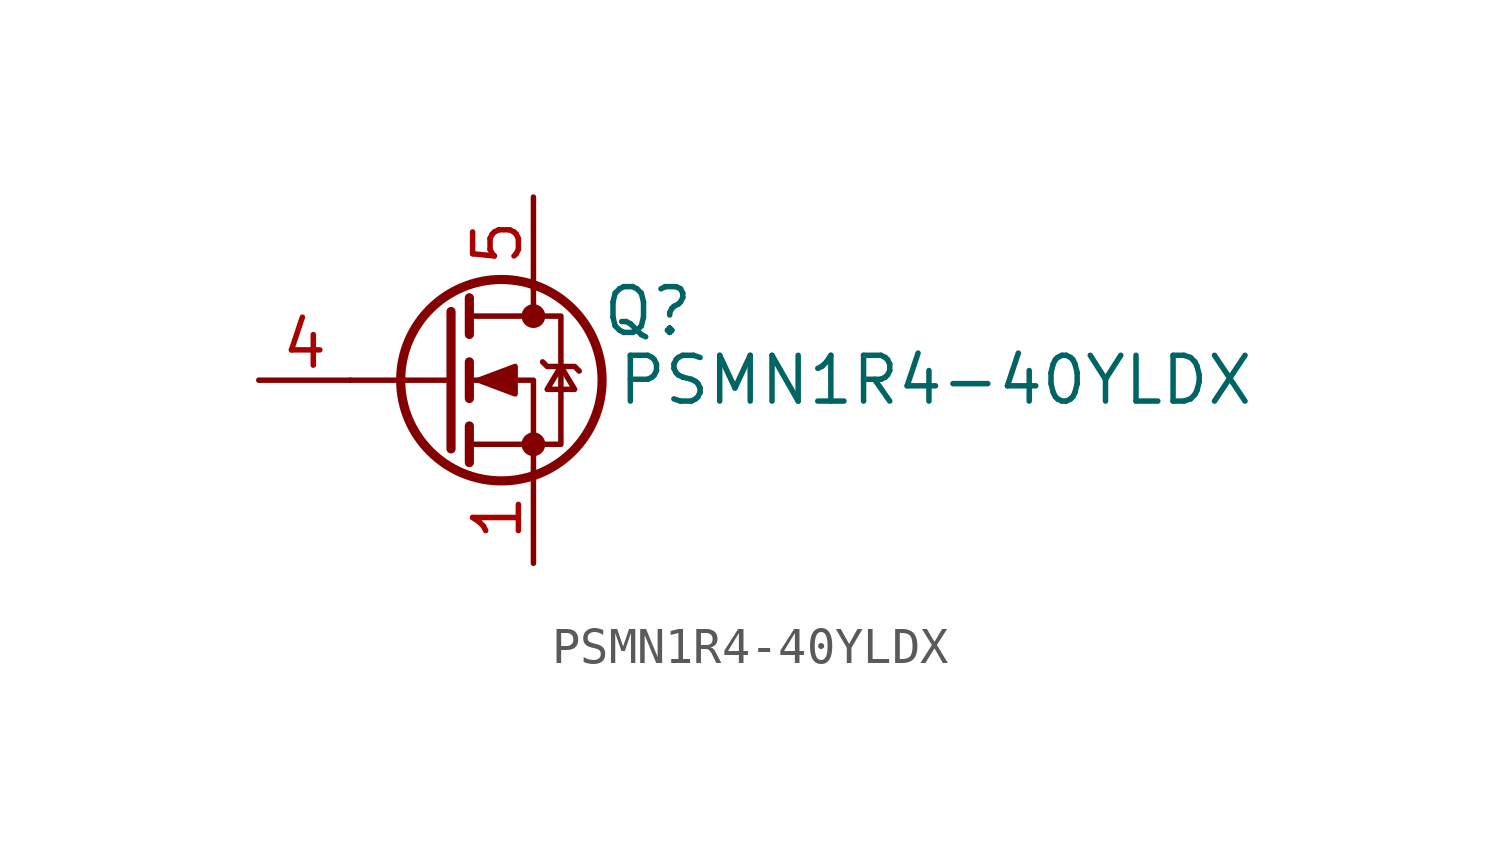
<source format=kicad_sym>
(kicad_symbol_lib
  (version 20231120)
  (generator "kicad_symbol_editor")
  (generator_version "8.0")
  (symbol "PSMN1R4-40YLDX"
    (pin_names hide)
    (property "Reference" "Q"
      (at 5.715 1.905 0)
      (effects (font (size 1.27 1.27))))
    (property "Value" "PSMN1R4-40YLDX"
      (at 4.826 0 0)
      (effects (font (size 1.27 1.27)) (justify left)))
    (symbol "PSMN1R4-40YLDX_0_1"
      (polyline (pts (xy 0.254 0) (xy -2.54 0)) (stroke (width 0) (type default)) (fill (type none)))
      (polyline (pts (xy 0.254 1.905) (xy 0.254 -1.905)) (stroke (width 0.254) (type default)) (fill (type none)))
      (polyline (pts (xy 0.762 -1.27) (xy 0.762 -2.286)) (stroke (width 0.254) (type default)) (fill (type none)))
      (polyline (pts (xy 0.762 0.508) (xy 0.762 -0.508)) (stroke (width 0.254) (type default)) (fill (type none)))
      (polyline (pts (xy 0.762 2.286) (xy 0.762 1.27)) (stroke (width 0.254) (type default)) (fill (type none)))
      (polyline (pts (xy 2.54 2.54) (xy 2.54 1.778)) (stroke (width 0) (type default)) (fill (type none)))
      (polyline (pts (xy 2.54 -2.54) (xy 2.54 0) (xy 0.762 0)) (stroke (width 0) (type default)) (fill (type none)))
      (polyline (pts (xy 0.762 -1.778) (xy 3.302 -1.778) (xy 3.302 1.778) (xy 0.762 1.778)) (stroke (width 0) (type default)) (fill (type none)))
      (polyline (pts (xy 1.016 0) (xy 2.032 0.381) (xy 2.032 -0.381) (xy 1.016 0)) (stroke (width 0) (type default)) (fill (type outline)))
      (polyline (pts (xy 2.794 0.508) (xy 2.921 0.381) (xy 3.683 0.381) (xy 3.81 0.254)) (stroke (width 0) (type default)) (fill (type none)))
      (polyline (pts (xy 3.302 0.381) (xy 2.921 -0.254) (xy 3.683 -0.254) (xy 3.302 0.381)) (stroke (width 0) (type default)) (fill (type none)))
      (circle (center 1.651 0) (radius 2.794) (stroke (width 0.254) (type default)) (fill (type none)))
      (circle (center 2.54 -1.778) (radius 0.254) (stroke (width 0) (type default)) (fill (type outline)))
      (circle (center 2.54 1.778) (radius 0.254) (stroke (width 0) (type default)) (fill (type outline))))
    (symbol "PSMN1R4-40YLDX_1_1"
      (pin passive line (at 2.54 -5.08 90) (length 2.54) (name "S" (effects (font (size 1.27 1.27)))) (number "1" (effects (font (size 1.27 1.27)))))
      (pin passive line (at 2.54 -5.08 90) (length 2.54) hide (name "S" (effects (font (size 1.27 1.27)))) (number "2" (effects (font (size 1.27 1.27)))))
      (pin passive line (at 2.54 -5.08 90) (length 2.54) hide (name "S" (effects (font (size 1.27 1.27)))) (number "3" (effects (font (size 1.27 1.27)))))
      (pin passive line (at -5.08 0 0) (length 2.54) (name "G" (effects (font (size 1.27 1.27)))) (number "4" (effects (font (size 1.27 1.27)))))
      (pin passive line (at 2.54 5.08 270) (length 2.54) (name "D" (effects (font (size 1.27 1.27)))) (number "5" (effects (font (size 1.27 1.27))))))))
</source>
